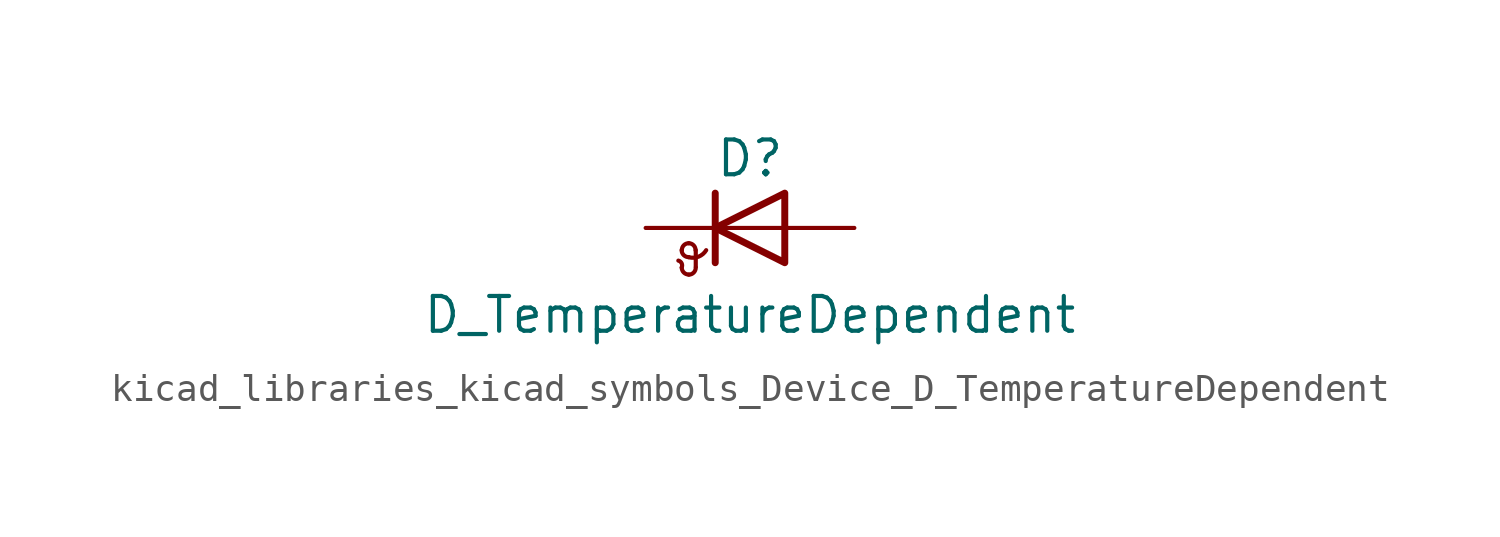
<source format=kicad_sym>
(kicad_symbol_lib
  (version 20220914)
  (generator kicad_symbol_editor)
  (symbol "kicad_libraries_kicad_symbols_Device_D_TemperatureDependent"
    (pin_numbers hide)
    (pin_names
      (offset 1.016) hide)
    (property "Reference" "D"
      (at 0 2.54 0)
      (effects (font (size 1.27 1.27))))
    (property "Value" "D_TemperatureDependent"
      (at 0 -3.175 0)
      (effects (font (size 1.27 1.27))))
    (symbol "kicad_libraries_kicad_symbols_Device_D_TemperatureDependent_0_1"
      (arc (start -2.4892 -1.4478) (mid -2.4907 -1.2925) (end -2.6162 -1.1938) (stroke (width 0) (type default)) (fill (type none)))
      (arc (start -2.4892 -1.4478) (mid -2.4148 -1.6274) (end -2.2352 -1.7018) (stroke (width 0) (type default)) (fill (type none)))
      (arc (start -2.4892 -0.8128) (mid -2.4148 -0.9924) (end -2.2352 -1.0668) (stroke (width 0) (type default)) (fill (type none)))
      (arc (start -2.2352 -1.7018) (mid -2.0556 -1.6274) (end -1.9812 -1.4478) (stroke (width 0) (type default)) (fill (type none)))
      (arc (start -2.2352 -1.0668) (mid -1.8805 -1.0481) (end -1.6002 -0.8128) (stroke (width 0) (type default)) (fill (type none)))
      (arc (start -2.2352 -0.5588) (mid -2.4148 -0.6332) (end -2.4892 -0.8128) (stroke (width 0) (type default)) (fill (type none)))
      (arc (start -1.9812 -0.8128) (mid -2.0556 -0.6332) (end -2.2352 -0.5588) (stroke (width 0) (type default)) (fill (type none)))
      (polyline (pts (xy -1.981 -1.422) (xy -1.981 -0.813)) (stroke (width 0) (type default)) (fill (type none)))
      (polyline (pts (xy -1.27 1.27) (xy -1.27 -1.27)) (stroke (width 0.254) (type default)) (fill (type none)))
      (polyline (pts (xy 1.27 0) (xy -1.27 0)) (stroke (width 0) (type default)) (fill (type none)))
      (polyline (pts (xy 1.27 -1.27) (xy 1.27 1.27) (xy -1.27 0) (xy 1.27 -1.27)) (stroke (width 0.254) (type default)) (fill (type none))))
    (symbol "kicad_libraries_kicad_symbols_Device_D_TemperatureDependent_1_1"
      (pin passive line (at -3.81 0 0) (length 2.54) (name "K" (effects (font (size 1.27 1.27)))) (number "1" (effects (font (size 1.27 1.27)))))
      (pin passive line (at 3.81 0 180) (length 2.54) (name "A" (effects (font (size 1.27 1.27)))) (number "2" (effects (font (size 1.27 1.27))))))))
</source>
